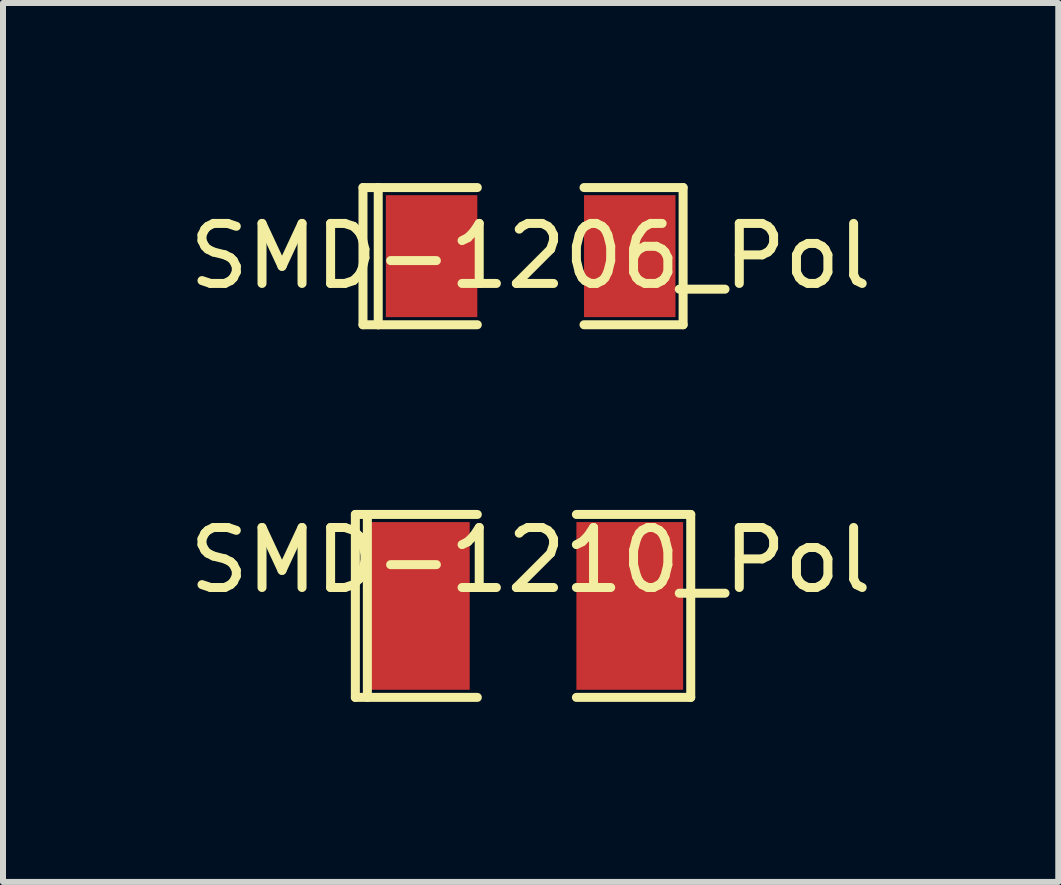
<source format=kicad_pcb>
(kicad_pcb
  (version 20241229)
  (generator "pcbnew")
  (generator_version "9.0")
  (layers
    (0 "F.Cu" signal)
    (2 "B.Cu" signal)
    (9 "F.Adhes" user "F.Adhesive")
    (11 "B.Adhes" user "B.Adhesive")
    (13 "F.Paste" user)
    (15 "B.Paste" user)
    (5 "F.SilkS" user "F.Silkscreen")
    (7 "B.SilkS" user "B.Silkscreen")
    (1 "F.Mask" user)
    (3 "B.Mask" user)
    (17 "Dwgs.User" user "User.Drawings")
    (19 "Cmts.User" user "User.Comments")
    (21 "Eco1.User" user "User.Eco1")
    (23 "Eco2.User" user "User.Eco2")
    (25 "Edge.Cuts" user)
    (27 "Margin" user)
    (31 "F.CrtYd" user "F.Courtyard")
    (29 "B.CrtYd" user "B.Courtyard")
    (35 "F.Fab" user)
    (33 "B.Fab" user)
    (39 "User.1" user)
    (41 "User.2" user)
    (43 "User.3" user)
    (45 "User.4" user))
  (footprint "SMD-1210_Pol"
    (layer "F.Cu")
    (at 5.665 7.046)
    (property "Reference" "SMD-1210_Pol" (at 0.127 -0.762 0) (layer "F.SilkS") (effects (font (size 1 1) (thickness 0.15))))
    (attr smd)
    (fp_line (start -2.794 -1.524) (end -2.794 1.524) (stroke (width 0.15) (type solid)) (layer "F.SilkS"))
    (fp_line (start -2.794 1.524) (end -0.762 1.524) (stroke (width 0.15) (type solid)) (layer "F.SilkS"))
    (fp_line (start -2.594 -1.524) (end -2.594 1.524) (stroke (width 0.15) (type solid)) (layer "F.SilkS"))
    (fp_line (start -0.762 -1.524) (end -2.794 -1.524) (stroke (width 0.15) (type solid)) (layer "F.SilkS"))
    (fp_line (start 0.889 1.524) (end 2.794 1.524) (stroke (width 0.15) (type solid)) (layer "F.SilkS"))
    (fp_line (start 2.794 -1.524) (end 0.889 -1.524) (stroke (width 0.15) (type solid)) (layer "F.SilkS"))
    (fp_line (start 2.794 1.524) (end 2.794 -1.524) (stroke (width 0.15) (type solid)) (layer "F.SilkS"))
    (pad "1" smd rect (at -1.778 0) (size 1.778 2.794) (layers "F.Cu" "F.Mask" "F.Paste"))
    (pad "2" smd rect (at 1.778 0) (size 1.778 2.794) (layers "F.Cu" "F.Mask" "F.Paste")))
  (footprint "SMD-1206_Pol"
    (layer "F.Cu")
    (at 5.792 1.218)
    (property "Reference" "SMD-1206_Pol" (at 0 0 0) (layer "F.SilkS") (effects (font (size 1 1) (thickness 0.15))))
    (attr smd)
    (fp_line (start -2.794 -1.143) (end -2.794 1.143) (stroke (width 0.15) (type solid)) (layer "F.SilkS"))
    (fp_line (start -2.794 1.143) (end -2.54 1.143) (stroke (width 0.15) (type solid)) (layer "F.SilkS"))
    (fp_line (start -2.54 -1.143) (end -2.794 -1.143) (stroke (width 0.15) (type solid)) (layer "F.SilkS"))
    (fp_line (start -2.54 -1.143) (end -2.54 1.143) (stroke (width 0.15) (type solid)) (layer "F.SilkS"))
    (fp_line (start -2.54 1.143) (end -0.889 1.143) (stroke (width 0.15) (type solid)) (layer "F.SilkS"))
    (fp_line (start -0.889 -1.143) (end -2.54 -1.143) (stroke (width 0.15) (type solid)) (layer "F.SilkS"))
    (fp_line (start 0.889 -1.143) (end 2.54 -1.143) (stroke (width 0.15) (type solid)) (layer "F.SilkS"))
    (fp_line (start 2.54 -1.143) (end 2.54 1.143) (stroke (width 0.15) (type solid)) (layer "F.SilkS"))
    (fp_line (start 2.54 1.143) (end 0.889 1.143) (stroke (width 0.15) (type solid)) (layer "F.SilkS"))
    (pad "1" smd rect (at -1.651 0) (size 1.524 2.032) (layers "F.Cu" "F.Mask" "F.Paste"))
    (pad "2" smd rect (at 1.651 0) (size 1.524 2.032) (layers "F.Cu" "F.Mask" "F.Paste")))
  (gr_rect
    (start -3 -3)
    (end 14.583 11.645)
    (stroke (width 0.1) (type default))
    (fill no)
    (layer "Edge.Cuts")))
</source>
